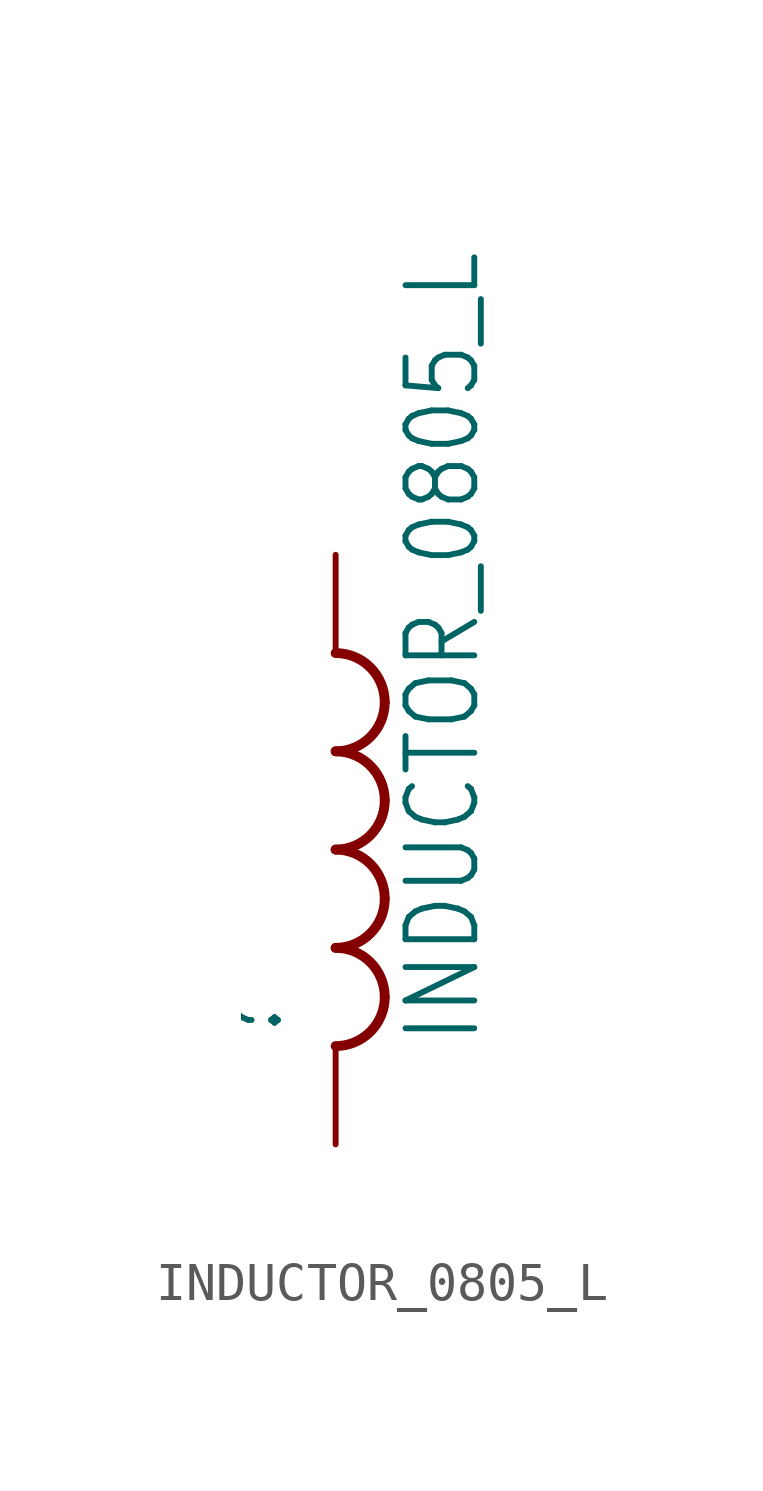
<source format=kicad_sym>
(kicad_symbol_lib
  (version 20211014)
  (generator kicad_symbol_editor)
  (symbol "INDUCTOR_0805_L"
    (property "Reference" ""
      (at -1.27 -5.08 90)
      (effects (font (size 1.778 1.511)) (justify left bottom)))
    (property "Value" "INDUCTOR_0805_L"
      (at 3.81 -5.08 90)
      (effects (font (size 1.778 1.511)) (justify left bottom)))
    (property "ki_locked" ""
      (at 0 0 0)
      (effects (font (size 1.27 1.27))))
    (symbol "INDUCTOR_0805_L_1_0"
      (arc (start 0 -5.08) (mid 0.898 -4.708) (end 1.27 -3.81) (stroke (width 0.254) (type default) (color 0 0 0 0)) (fill (type none)))
      (arc (start 0 -2.54) (mid 0.898 -2.168) (end 1.27 -1.27) (stroke (width 0.254) (type default) (color 0 0 0 0)) (fill (type none)))
      (arc (start 0 0) (mid 0.898 0.372) (end 1.27 1.27) (stroke (width 0.254) (type default) (color 0 0 0 0)) (fill (type none)))
      (arc (start 0 2.54) (mid 0.898 2.912) (end 1.27 3.81) (stroke (width 0.254) (type default) (color 0 0 0 0)) (fill (type none)))
      (arc (start 1.27 -3.81) (mid 0.898 -2.912) (end 0 -2.54) (stroke (width 0.254) (type default) (color 0 0 0 0)) (fill (type none)))
      (arc (start 1.27 -1.27) (mid 0.898 -0.372) (end 0 0) (stroke (width 0.254) (type default) (color 0 0 0 0)) (fill (type none)))
      (arc (start 1.27 1.27) (mid 0.898 2.168) (end 0 2.54) (stroke (width 0.254) (type default) (color 0 0 0 0)) (fill (type none)))
      (arc (start 1.27 3.81) (mid 0.898 4.708) (end 0 5.08) (stroke (width 0.254) (type default) (color 0 0 0 0)) (fill (type none)))
      (pin passive line (at 0 7.62 270) (length 2.54) (name "1" (effects (font (size 0 0)))) (number "1" (effects (font (size 0 0)))))
      (pin passive line (at 0 -7.62 90) (length 2.54) (name "2" (effects (font (size 0 0)))) (number "2" (effects (font (size 0 0))))))))
</source>
